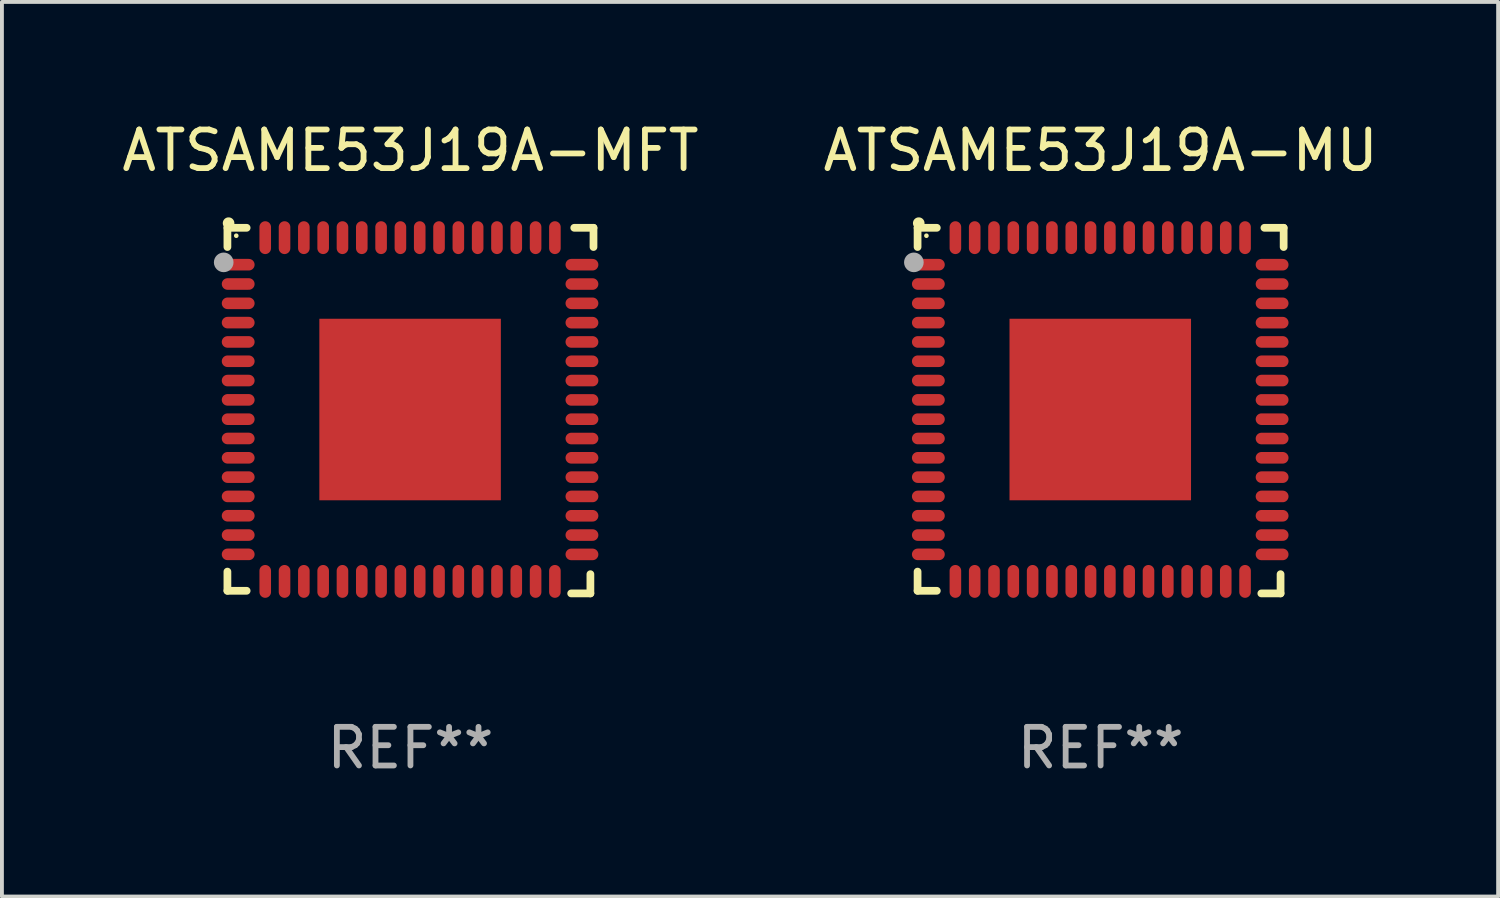
<source format=kicad_pcb>
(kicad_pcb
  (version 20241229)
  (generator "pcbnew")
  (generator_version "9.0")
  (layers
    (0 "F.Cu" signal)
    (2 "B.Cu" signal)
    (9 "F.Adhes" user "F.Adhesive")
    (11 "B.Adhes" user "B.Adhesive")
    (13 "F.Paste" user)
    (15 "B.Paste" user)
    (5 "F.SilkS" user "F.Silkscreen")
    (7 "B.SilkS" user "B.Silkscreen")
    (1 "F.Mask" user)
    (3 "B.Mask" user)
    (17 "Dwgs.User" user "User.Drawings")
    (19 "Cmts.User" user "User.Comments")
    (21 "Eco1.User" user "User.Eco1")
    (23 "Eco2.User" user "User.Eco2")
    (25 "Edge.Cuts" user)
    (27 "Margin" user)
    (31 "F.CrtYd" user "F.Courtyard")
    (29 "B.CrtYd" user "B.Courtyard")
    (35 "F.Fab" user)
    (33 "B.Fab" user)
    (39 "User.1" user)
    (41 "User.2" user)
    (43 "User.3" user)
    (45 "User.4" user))
  (footprint "ATSAME53J19A-MFT"
    (layer "F.Cu")
    (at 7.577 7.581)
    (property "Reference" "ATSAME53J19A-MFT" (at 0 -6.733 0) (layer "F.SilkS") (effects (font (size 1 1) (thickness 0.15))))
    (attr through_hole)
    (fp_line (start -4.739 -4.733) (end -4.241 -4.733) (stroke (width 0.2) (type solid)) (layer "F.SilkS"))
    (fp_line (start -4.739 -4.235) (end -4.739 -4.733) (stroke (width 0.2) (type solid)) (layer "F.SilkS"))
    (fp_line (start -4.739 4.168) (end -4.739 4.665) (stroke (width 0.2) (type solid)) (layer "F.SilkS"))
    (fp_line (start -4.739 4.665) (end -4.241 4.665) (stroke (width 0.2) (type solid)) (layer "F.SilkS"))
    (fp_line (start 4.161 4.733) (end 4.659 4.733) (stroke (width 0.2) (type solid)) (layer "F.SilkS"))
    (fp_line (start 4.241 -4.733) (end 4.739 -4.733) (stroke (width 0.2) (type solid)) (layer "F.SilkS"))
    (fp_line (start 4.659 4.733) (end 4.659 4.235) (stroke (width 0.2) (type solid)) (layer "F.SilkS"))
    (fp_line (start 4.739 -4.733) (end 4.739 -4.235) (stroke (width 0.2) (type solid)) (layer "F.SilkS"))
    (fp_arc (start -4.708623 -4.85108) (mid -4.708628 -4.85235) (end -4.708623 -4.85362) (stroke (width 0.3) (type solid)) (layer "F.SilkS"))
    (fp_circle (center -4.51 -4.528) (end -4.48 -4.528) (stroke (width 0.06) (type solid)) (fill no) (layer "F.SilkS"))
    (fp_circle (center -4.835 -3.838) (end -4.708 -3.838) (stroke (width 0.254) (type solid)) (fill no) (layer "F.Fab"))
    (fp_text user "REF**" (at 0 8.733 0) (layer "F.Fab") (effects (font (size 1 1) (thickness 0.15))))
    (pad "1" smd oval (at -4.46 -3.778) (size 0.85 0.3) (layers "F.Cu" "F.Mask" "F.Paste"))
    (pad "2" smd oval (at -4.46 -3.278) (size 0.85 0.3) (layers "F.Cu" "F.Mask" "F.Paste"))
    (pad "3" smd oval (at -4.46 -2.778) (size 0.85 0.3) (layers "F.Cu" "F.Mask" "F.Paste"))
    (pad "4" smd oval (at -4.46 -2.278) (size 0.85 0.3) (layers "F.Cu" "F.Mask" "F.Paste"))
    (pad "5" smd oval (at -4.46 -1.778) (size 0.85 0.3) (layers "F.Cu" "F.Mask" "F.Paste"))
    (pad "6" smd oval (at -4.46 -1.278) (size 0.85 0.3) (layers "F.Cu" "F.Mask" "F.Paste"))
    (pad "7" smd oval (at -4.46 -0.778) (size 0.85 0.3) (layers "F.Cu" "F.Mask" "F.Paste"))
    (pad "8" smd oval (at -4.46 -0.278) (size 0.85 0.3) (layers "F.Cu" "F.Mask" "F.Paste"))
    (pad "9" smd oval (at -4.46 0.222) (size 0.85 0.3) (layers "F.Cu" "F.Mask" "F.Paste"))
    (pad "10" smd oval (at -4.46 0.722) (size 0.85 0.3) (layers "F.Cu" "F.Mask" "F.Paste"))
    (pad "11" smd oval (at -4.46 1.222) (size 0.85 0.3) (layers "F.Cu" "F.Mask" "F.Paste"))
    (pad "12" smd oval (at -4.46 1.722) (size 0.85 0.3) (layers "F.Cu" "F.Mask" "F.Paste"))
    (pad "13" smd oval (at -4.46 2.222) (size 0.85 0.3) (layers "F.Cu" "F.Mask" "F.Paste"))
    (pad "14" smd oval (at -4.46 2.722) (size 0.85 0.3) (layers "F.Cu" "F.Mask" "F.Paste"))
    (pad "15" smd oval (at -4.46 3.222) (size 0.85 0.3) (layers "F.Cu" "F.Mask" "F.Paste"))
    (pad "16" smd oval (at -4.46 3.722) (size 0.85 0.3) (layers "F.Cu" "F.Mask" "F.Paste"))
    (pad "17" smd oval (at -3.76 4.422) (size 0.3 0.85) (layers "F.Cu" "F.Mask" "F.Paste"))
    (pad "18" smd oval (at -3.26 4.422) (size 0.3 0.85) (layers "F.Cu" "F.Mask" "F.Paste"))
    (pad "19" smd oval (at -2.76 4.422) (size 0.3 0.85) (layers "F.Cu" "F.Mask" "F.Paste"))
    (pad "20" smd oval (at -2.26 4.422) (size 0.3 0.85) (layers "F.Cu" "F.Mask" "F.Paste"))
    (pad "21" smd oval (at -1.76 4.422) (size 0.3 0.85) (layers "F.Cu" "F.Mask" "F.Paste"))
    (pad "22" smd oval (at -1.26 4.422) (size 0.3 0.85) (layers "F.Cu" "F.Mask" "F.Paste"))
    (pad "23" smd oval (at -0.76 4.422) (size 0.3 0.85) (layers "F.Cu" "F.Mask" "F.Paste"))
    (pad "24" smd oval (at -0.26 4.422) (size 0.3 0.85) (layers "F.Cu" "F.Mask" "F.Paste"))
    (pad "25" smd oval (at 0.24 4.422) (size 0.3 0.85) (layers "F.Cu" "F.Mask" "F.Paste"))
    (pad "26" smd oval (at 0.74 4.422) (size 0.3 0.85) (layers "F.Cu" "F.Mask" "F.Paste"))
    (pad "27" smd oval (at 1.24 4.422) (size 0.3 0.85) (layers "F.Cu" "F.Mask" "F.Paste"))
    (pad "28" smd oval (at 1.74 4.422) (size 0.3 0.85) (layers "F.Cu" "F.Mask" "F.Paste"))
    (pad "29" smd oval (at 2.24 4.422) (size 0.3 0.85) (layers "F.Cu" "F.Mask" "F.Paste"))
    (pad "30" smd oval (at 2.74 4.422) (size 0.3 0.85) (layers "F.Cu" "F.Mask" "F.Paste"))
    (pad "31" smd oval (at 3.24 4.422) (size 0.3 0.85) (layers "F.Cu" "F.Mask" "F.Paste"))
    (pad "32" smd oval (at 3.74 4.422) (size 0.3 0.85) (layers "F.Cu" "F.Mask" "F.Paste"))
    (pad "33" smd oval (at 4.44 3.723) (size 0.85 0.3) (layers "F.Cu" "F.Mask" "F.Paste"))
    (pad "34" smd oval (at 4.44 3.222) (size 0.85 0.3) (layers "F.Cu" "F.Mask" "F.Paste"))
    (pad "35" smd oval (at 4.44 2.723) (size 0.85 0.3) (layers "F.Cu" "F.Mask" "F.Paste"))
    (pad "36" smd oval (at 4.44 2.222) (size 0.85 0.3) (layers "F.Cu" "F.Mask" "F.Paste"))
    (pad "37" smd oval (at 4.44 1.723) (size 0.85 0.3) (layers "F.Cu" "F.Mask" "F.Paste"))
    (pad "38" smd oval (at 4.44 1.222) (size 0.85 0.3) (layers "F.Cu" "F.Mask" "F.Paste"))
    (pad "39" smd oval (at 4.44 0.723) (size 0.85 0.3) (layers "F.Cu" "F.Mask" "F.Paste"))
    (pad "40" smd oval (at 4.44 0.222) (size 0.85 0.3) (layers "F.Cu" "F.Mask" "F.Paste"))
    (pad "41" smd oval (at 4.44 -0.277) (size 0.85 0.3) (layers "F.Cu" "F.Mask" "F.Paste"))
    (pad "42" smd oval (at 4.44 -0.778) (size 0.85 0.3) (layers "F.Cu" "F.Mask" "F.Paste"))
    (pad "43" smd oval (at 4.44 -1.277) (size 0.85 0.3) (layers "F.Cu" "F.Mask" "F.Paste"))
    (pad "44" smd oval (at 4.44 -1.778) (size 0.85 0.3) (layers "F.Cu" "F.Mask" "F.Paste"))
    (pad "45" smd oval (at 4.44 -2.277) (size 0.85 0.3) (layers "F.Cu" "F.Mask" "F.Paste"))
    (pad "46" smd oval (at 4.44 -2.778) (size 0.85 0.3) (layers "F.Cu" "F.Mask" "F.Paste"))
    (pad "47" smd oval (at 4.44 -3.277) (size 0.85 0.3) (layers "F.Cu" "F.Mask" "F.Paste"))
    (pad "48" smd oval (at 4.44 -3.778) (size 0.85 0.3) (layers "F.Cu" "F.Mask" "F.Paste"))
    (pad "49" smd oval (at 3.74 -4.478) (size 0.3 0.85) (layers "F.Cu" "F.Mask" "F.Paste"))
    (pad "50" smd oval (at 3.24 -4.478) (size 0.3 0.85) (layers "F.Cu" "F.Mask" "F.Paste"))
    (pad "51" smd oval (at 2.74 -4.478) (size 0.3 0.85) (layers "F.Cu" "F.Mask" "F.Paste"))
    (pad "52" smd oval (at 2.24 -4.478) (size 0.3 0.85) (layers "F.Cu" "F.Mask" "F.Paste"))
    (pad "53" smd oval (at 1.74 -4.478) (size 0.3 0.85) (layers "F.Cu" "F.Mask" "F.Paste"))
    (pad "54" smd oval (at 1.24 -4.478) (size 0.3 0.85) (layers "F.Cu" "F.Mask" "F.Paste"))
    (pad "55" smd oval (at 0.74 -4.478) (size 0.3 0.85) (layers "F.Cu" "F.Mask" "F.Paste"))
    (pad "56" smd oval (at 0.24 -4.478) (size 0.3 0.85) (layers "F.Cu" "F.Mask" "F.Paste"))
    (pad "57" smd oval (at -0.26 -4.478) (size 0.3 0.85) (layers "F.Cu" "F.Mask" "F.Paste"))
    (pad "58" smd oval (at -0.76 -4.478) (size 0.3 0.85) (layers "F.Cu" "F.Mask" "F.Paste"))
    (pad "59" smd oval (at -1.26 -4.478) (size 0.3 0.85) (layers "F.Cu" "F.Mask" "F.Paste"))
    (pad "60" smd oval (at -1.76 -4.478) (size 0.3 0.85) (layers "F.Cu" "F.Mask" "F.Paste"))
    (pad "61" smd oval (at -2.26 -4.478) (size 0.3 0.85) (layers "F.Cu" "F.Mask" "F.Paste"))
    (pad "62" smd oval (at -2.76 -4.478) (size 0.3 0.85) (layers "F.Cu" "F.Mask" "F.Paste"))
    (pad "63" smd oval (at -3.26 -4.478) (size 0.3 0.85) (layers "F.Cu" "F.Mask" "F.Paste"))
    (pad "64" smd oval (at -3.76 -4.478) (size 0.3 0.85) (layers "F.Cu" "F.Mask" "F.Paste"))
    (pad "65" smd rect (at -0.009 -0.028 90) (size 4.7 4.7) (layers "F.Cu" "F.Mask" "F.Paste")))
  (footprint "ATSAME53J19A-MU"
    (layer "F.Cu")
    (at 25.446 7.581)
    (property "Reference" "ATSAME53J19A-MU" (at 0 -6.733 0) (layer "F.SilkS") (effects (font (size 1 1) (thickness 0.15))))
    (attr through_hole)
    (fp_line (start -4.739 -4.733) (end -4.241 -4.733) (stroke (width 0.2) (type solid)) (layer "F.SilkS"))
    (fp_line (start -4.739 -4.235) (end -4.739 -4.733) (stroke (width 0.2) (type solid)) (layer "F.SilkS"))
    (fp_line (start -4.739 4.168) (end -4.739 4.665) (stroke (width 0.2) (type solid)) (layer "F.SilkS"))
    (fp_line (start -4.739 4.665) (end -4.241 4.665) (stroke (width 0.2) (type solid)) (layer "F.SilkS"))
    (fp_line (start 4.161 4.733) (end 4.659 4.733) (stroke (width 0.2) (type solid)) (layer "F.SilkS"))
    (fp_line (start 4.241 -4.733) (end 4.739 -4.733) (stroke (width 0.2) (type solid)) (layer "F.SilkS"))
    (fp_line (start 4.659 4.733) (end 4.659 4.235) (stroke (width 0.2) (type solid)) (layer "F.SilkS"))
    (fp_line (start 4.739 -4.733) (end 4.739 -4.235) (stroke (width 0.2) (type solid)) (layer "F.SilkS"))
    (fp_arc (start -4.708623 -4.85108) (mid -4.708628 -4.85235) (end -4.708623 -4.85362) (stroke (width 0.3) (type solid)) (layer "F.SilkS"))
    (fp_circle (center -4.51 -4.528) (end -4.48 -4.528) (stroke (width 0.06) (type solid)) (fill no) (layer "F.SilkS"))
    (fp_circle (center -4.835 -3.838) (end -4.708 -3.838) (stroke (width 0.254) (type solid)) (fill no) (layer "F.Fab"))
    (fp_text user "REF**" (at 0 8.733 0) (layer "F.Fab") (effects (font (size 1 1) (thickness 0.15))))
    (pad "1" smd oval (at -4.46 -3.778) (size 0.85 0.3) (layers "F.Cu" "F.Mask" "F.Paste"))
    (pad "2" smd oval (at -4.46 -3.278) (size 0.85 0.3) (layers "F.Cu" "F.Mask" "F.Paste"))
    (pad "3" smd oval (at -4.46 -2.778) (size 0.85 0.3) (layers "F.Cu" "F.Mask" "F.Paste"))
    (pad "4" smd oval (at -4.46 -2.278) (size 0.85 0.3) (layers "F.Cu" "F.Mask" "F.Paste"))
    (pad "5" smd oval (at -4.46 -1.778) (size 0.85 0.3) (layers "F.Cu" "F.Mask" "F.Paste"))
    (pad "6" smd oval (at -4.46 -1.278) (size 0.85 0.3) (layers "F.Cu" "F.Mask" "F.Paste"))
    (pad "7" smd oval (at -4.46 -0.778) (size 0.85 0.3) (layers "F.Cu" "F.Mask" "F.Paste"))
    (pad "8" smd oval (at -4.46 -0.278) (size 0.85 0.3) (layers "F.Cu" "F.Mask" "F.Paste"))
    (pad "9" smd oval (at -4.46 0.222) (size 0.85 0.3) (layers "F.Cu" "F.Mask" "F.Paste"))
    (pad "10" smd oval (at -4.46 0.722) (size 0.85 0.3) (layers "F.Cu" "F.Mask" "F.Paste"))
    (pad "11" smd oval (at -4.46 1.222) (size 0.85 0.3) (layers "F.Cu" "F.Mask" "F.Paste"))
    (pad "12" smd oval (at -4.46 1.722) (size 0.85 0.3) (layers "F.Cu" "F.Mask" "F.Paste"))
    (pad "13" smd oval (at -4.46 2.222) (size 0.85 0.3) (layers "F.Cu" "F.Mask" "F.Paste"))
    (pad "14" smd oval (at -4.46 2.722) (size 0.85 0.3) (layers "F.Cu" "F.Mask" "F.Paste"))
    (pad "15" smd oval (at -4.46 3.222) (size 0.85 0.3) (layers "F.Cu" "F.Mask" "F.Paste"))
    (pad "16" smd oval (at -4.46 3.722) (size 0.85 0.3) (layers "F.Cu" "F.Mask" "F.Paste"))
    (pad "17" smd oval (at -3.76 4.422) (size 0.3 0.85) (layers "F.Cu" "F.Mask" "F.Paste"))
    (pad "18" smd oval (at -3.26 4.422) (size 0.3 0.85) (layers "F.Cu" "F.Mask" "F.Paste"))
    (pad "19" smd oval (at -2.76 4.422) (size 0.3 0.85) (layers "F.Cu" "F.Mask" "F.Paste"))
    (pad "20" smd oval (at -2.26 4.422) (size 0.3 0.85) (layers "F.Cu" "F.Mask" "F.Paste"))
    (pad "21" smd oval (at -1.76 4.422) (size 0.3 0.85) (layers "F.Cu" "F.Mask" "F.Paste"))
    (pad "22" smd oval (at -1.26 4.422) (size 0.3 0.85) (layers "F.Cu" "F.Mask" "F.Paste"))
    (pad "23" smd oval (at -0.76 4.422) (size 0.3 0.85) (layers "F.Cu" "F.Mask" "F.Paste"))
    (pad "24" smd oval (at -0.26 4.422) (size 0.3 0.85) (layers "F.Cu" "F.Mask" "F.Paste"))
    (pad "25" smd oval (at 0.24 4.422) (size 0.3 0.85) (layers "F.Cu" "F.Mask" "F.Paste"))
    (pad "26" smd oval (at 0.74 4.422) (size 0.3 0.85) (layers "F.Cu" "F.Mask" "F.Paste"))
    (pad "27" smd oval (at 1.24 4.422) (size 0.3 0.85) (layers "F.Cu" "F.Mask" "F.Paste"))
    (pad "28" smd oval (at 1.74 4.422) (size 0.3 0.85) (layers "F.Cu" "F.Mask" "F.Paste"))
    (pad "29" smd oval (at 2.24 4.422) (size 0.3 0.85) (layers "F.Cu" "F.Mask" "F.Paste"))
    (pad "30" smd oval (at 2.74 4.422) (size 0.3 0.85) (layers "F.Cu" "F.Mask" "F.Paste"))
    (pad "31" smd oval (at 3.24 4.422) (size 0.3 0.85) (layers "F.Cu" "F.Mask" "F.Paste"))
    (pad "32" smd oval (at 3.74 4.422) (size 0.3 0.85) (layers "F.Cu" "F.Mask" "F.Paste"))
    (pad "33" smd oval (at 4.44 3.723) (size 0.85 0.3) (layers "F.Cu" "F.Mask" "F.Paste"))
    (pad "34" smd oval (at 4.44 3.222) (size 0.85 0.3) (layers "F.Cu" "F.Mask" "F.Paste"))
    (pad "35" smd oval (at 4.44 2.723) (size 0.85 0.3) (layers "F.Cu" "F.Mask" "F.Paste"))
    (pad "36" smd oval (at 4.44 2.222) (size 0.85 0.3) (layers "F.Cu" "F.Mask" "F.Paste"))
    (pad "37" smd oval (at 4.44 1.723) (size 0.85 0.3) (layers "F.Cu" "F.Mask" "F.Paste"))
    (pad "38" smd oval (at 4.44 1.222) (size 0.85 0.3) (layers "F.Cu" "F.Mask" "F.Paste"))
    (pad "39" smd oval (at 4.44 0.723) (size 0.85 0.3) (layers "F.Cu" "F.Mask" "F.Paste"))
    (pad "40" smd oval (at 4.44 0.222) (size 0.85 0.3) (layers "F.Cu" "F.Mask" "F.Paste"))
    (pad "41" smd oval (at 4.44 -0.277) (size 0.85 0.3) (layers "F.Cu" "F.Mask" "F.Paste"))
    (pad "42" smd oval (at 4.44 -0.778) (size 0.85 0.3) (layers "F.Cu" "F.Mask" "F.Paste"))
    (pad "43" smd oval (at 4.44 -1.277) (size 0.85 0.3) (layers "F.Cu" "F.Mask" "F.Paste"))
    (pad "44" smd oval (at 4.44 -1.778) (size 0.85 0.3) (layers "F.Cu" "F.Mask" "F.Paste"))
    (pad "45" smd oval (at 4.44 -2.277) (size 0.85 0.3) (layers "F.Cu" "F.Mask" "F.Paste"))
    (pad "46" smd oval (at 4.44 -2.778) (size 0.85 0.3) (layers "F.Cu" "F.Mask" "F.Paste"))
    (pad "47" smd oval (at 4.44 -3.277) (size 0.85 0.3) (layers "F.Cu" "F.Mask" "F.Paste"))
    (pad "48" smd oval (at 4.44 -3.778) (size 0.85 0.3) (layers "F.Cu" "F.Mask" "F.Paste"))
    (pad "49" smd oval (at 3.74 -4.478) (size 0.3 0.85) (layers "F.Cu" "F.Mask" "F.Paste"))
    (pad "50" smd oval (at 3.24 -4.478) (size 0.3 0.85) (layers "F.Cu" "F.Mask" "F.Paste"))
    (pad "51" smd oval (at 2.74 -4.478) (size 0.3 0.85) (layers "F.Cu" "F.Mask" "F.Paste"))
    (pad "52" smd oval (at 2.24 -4.478) (size 0.3 0.85) (layers "F.Cu" "F.Mask" "F.Paste"))
    (pad "53" smd oval (at 1.74 -4.478) (size 0.3 0.85) (layers "F.Cu" "F.Mask" "F.Paste"))
    (pad "54" smd oval (at 1.24 -4.478) (size 0.3 0.85) (layers "F.Cu" "F.Mask" "F.Paste"))
    (pad "55" smd oval (at 0.74 -4.478) (size 0.3 0.85) (layers "F.Cu" "F.Mask" "F.Paste"))
    (pad "56" smd oval (at 0.24 -4.478) (size 0.3 0.85) (layers "F.Cu" "F.Mask" "F.Paste"))
    (pad "57" smd oval (at -0.26 -4.478) (size 0.3 0.85) (layers "F.Cu" "F.Mask" "F.Paste"))
    (pad "58" smd oval (at -0.76 -4.478) (size 0.3 0.85) (layers "F.Cu" "F.Mask" "F.Paste"))
    (pad "59" smd oval (at -1.26 -4.478) (size 0.3 0.85) (layers "F.Cu" "F.Mask" "F.Paste"))
    (pad "60" smd oval (at -1.76 -4.478) (size 0.3 0.85) (layers "F.Cu" "F.Mask" "F.Paste"))
    (pad "61" smd oval (at -2.26 -4.478) (size 0.3 0.85) (layers "F.Cu" "F.Mask" "F.Paste"))
    (pad "62" smd oval (at -2.76 -4.478) (size 0.3 0.85) (layers "F.Cu" "F.Mask" "F.Paste"))
    (pad "63" smd oval (at -3.26 -4.478) (size 0.3 0.85) (layers "F.Cu" "F.Mask" "F.Paste"))
    (pad "64" smd oval (at -3.76 -4.478) (size 0.3 0.85) (layers "F.Cu" "F.Mask" "F.Paste"))
    (pad "65" smd rect (at -0.009 -0.028 90) (size 4.7 4.7) (layers "F.Cu" "F.Mask" "F.Paste")))
  (gr_rect
    (start -3 -3)
    (end 35.738 20.162)
    (stroke (width 0.1) (type default))
    (fill no)
    (layer "Edge.Cuts")))
</source>
